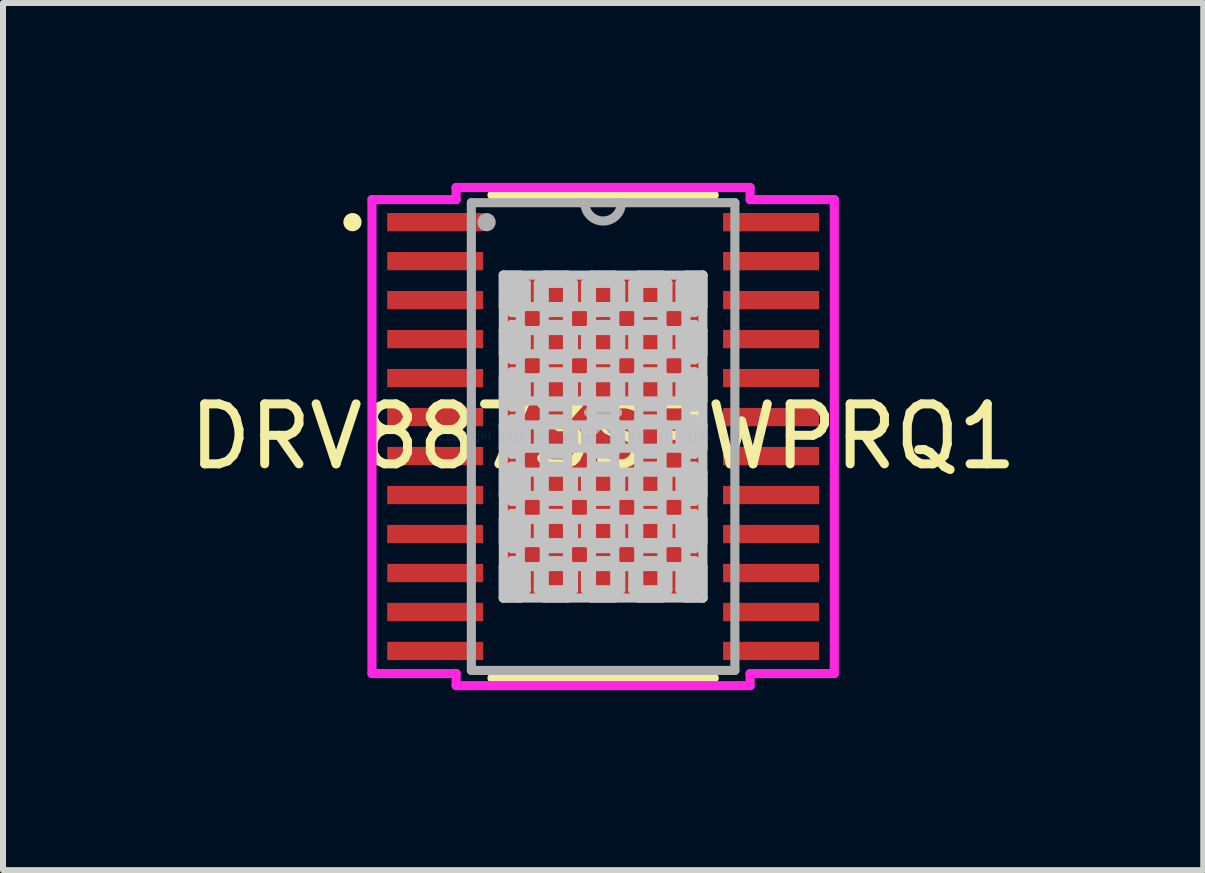
<source format=kicad_pcb>
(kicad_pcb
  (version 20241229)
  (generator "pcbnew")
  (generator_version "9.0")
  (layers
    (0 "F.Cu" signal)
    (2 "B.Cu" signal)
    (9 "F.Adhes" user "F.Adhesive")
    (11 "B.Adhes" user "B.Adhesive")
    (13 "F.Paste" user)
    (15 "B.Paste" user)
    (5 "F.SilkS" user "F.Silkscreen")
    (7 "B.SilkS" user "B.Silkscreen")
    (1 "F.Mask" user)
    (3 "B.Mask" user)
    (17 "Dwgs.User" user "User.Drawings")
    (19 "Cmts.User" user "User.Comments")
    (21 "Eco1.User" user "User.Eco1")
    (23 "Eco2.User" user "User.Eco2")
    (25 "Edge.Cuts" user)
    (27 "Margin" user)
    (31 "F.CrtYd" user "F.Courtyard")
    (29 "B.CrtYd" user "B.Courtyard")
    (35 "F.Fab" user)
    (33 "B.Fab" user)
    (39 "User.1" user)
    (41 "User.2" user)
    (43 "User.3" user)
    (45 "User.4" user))
  (footprint "DRV8873SPWPRQ1"
    (layer "F.Cu")
    (at 7.006 4.229)
    (property "Reference" "DRV8873SPWPRQ1" (at 0 0 0) (layer "F.SilkS") (effects (font (size 1 1) (thickness 0.15))))
    (attr through_hole)
    (fp_line (start -1.853 4.026) (end 1.853 4.026) (stroke (width 0.152) (type solid)) (layer "F.SilkS"))
    (fp_line (start 1.853 -4.026) (end -1.853 -4.026) (stroke (width 0.152) (type solid)) (layer "F.SilkS"))
    (fp_circle (center -4.179 -3.575) (end -4.103 -3.575) (stroke (width 0.152) (type solid)) (fill no) (layer "F.SilkS"))
    (fp_line (start -1.664 -2.692) (end -1.381 -2.692) (stroke (width 0.152) (type solid)) (layer "Dwgs.User"))
    (fp_line (start -1.664 -2.692) (end 1.664 -2.692) (stroke (width 0.152) (type solid)) (layer "Dwgs.User"))
    (fp_line (start -1.664 -2.168) (end -1.664 -2.692) (stroke (width 0.152) (type solid)) (layer "Dwgs.User"))
    (fp_line (start -1.664 -1.768) (end 1.664 -1.768) (stroke (width 0.152) (type solid)) (layer "Dwgs.User"))
    (fp_line (start -1.664 -1.381) (end -1.664 -1.768) (stroke (width 0.152) (type solid)) (layer "Dwgs.User"))
    (fp_line (start -1.664 -0.981) (end 1.664 -0.981) (stroke (width 0.152) (type solid)) (layer "Dwgs.User"))
    (fp_line (start -1.664 -0.594) (end -1.664 -0.981) (stroke (width 0.152) (type solid)) (layer "Dwgs.User"))
    (fp_line (start -1.664 -0.194) (end 1.664 -0.194) (stroke (width 0.152) (type solid)) (layer "Dwgs.User"))
    (fp_line (start -1.664 0.194) (end -1.664 -0.194) (stroke (width 0.152) (type solid)) (layer "Dwgs.User"))
    (fp_line (start -1.664 0.594) (end 1.664 0.594) (stroke (width 0.152) (type solid)) (layer "Dwgs.User"))
    (fp_line (start -1.664 0.981) (end -1.664 0.594) (stroke (width 0.152) (type solid)) (layer "Dwgs.User"))
    (fp_line (start -1.664 1.381) (end 1.664 1.381) (stroke (width 0.152) (type solid)) (layer "Dwgs.User"))
    (fp_line (start -1.664 1.768) (end -1.664 1.381) (stroke (width 0.152) (type solid)) (layer "Dwgs.User"))
    (fp_line (start -1.664 2.168) (end 1.664 2.168) (stroke (width 0.152) (type solid)) (layer "Dwgs.User"))
    (fp_line (start -1.664 2.692) (end -1.664 -2.692) (stroke (width 0.152) (type solid)) (layer "Dwgs.User"))
    (fp_line (start -1.664 2.692) (end -1.664 2.168) (stroke (width 0.152) (type solid)) (layer "Dwgs.User"))
    (fp_line (start -1.525 -2.554) (end -1.525 -2.068) (stroke (width 0.152) (type solid)) (layer "Dwgs.User"))
    (fp_line (start -1.525 -2.068) (end -1.423 -2.068) (stroke (width 0.152) (type solid)) (layer "Dwgs.User"))
    (fp_line (start -1.525 -1.869) (end -1.525 -1.281) (stroke (width 0.152) (type solid)) (layer "Dwgs.User"))
    (fp_line (start -1.525 -1.281) (end -1.423 -1.281) (stroke (width 0.152) (type solid)) (layer "Dwgs.User"))
    (fp_line (start -1.525 -1.081) (end -1.525 -0.494) (stroke (width 0.152) (type solid)) (layer "Dwgs.User"))
    (fp_line (start -1.525 -0.494) (end -1.423 -0.494) (stroke (width 0.152) (type solid)) (layer "Dwgs.User"))
    (fp_line (start -1.525 -0.294) (end -1.525 0.294) (stroke (width 0.152) (type solid)) (layer "Dwgs.User"))
    (fp_line (start -1.525 0.294) (end -1.423 0.294) (stroke (width 0.152) (type solid)) (layer "Dwgs.User"))
    (fp_line (start -1.525 0.494) (end -1.525 1.081) (stroke (width 0.152) (type solid)) (layer "Dwgs.User"))
    (fp_line (start -1.525 1.081) (end -1.423 1.081) (stroke (width 0.152) (type solid)) (layer "Dwgs.User"))
    (fp_line (start -1.525 1.281) (end -1.525 1.869) (stroke (width 0.152) (type solid)) (layer "Dwgs.User"))
    (fp_line (start -1.525 1.869) (end -1.423 1.869) (stroke (width 0.152) (type solid)) (layer "Dwgs.User"))
    (fp_line (start -1.525 2.068) (end -1.525 2.554) (stroke (width 0.152) (type solid)) (layer "Dwgs.User"))
    (fp_line (start -1.525 2.554) (end -1.281 2.554) (stroke (width 0.152) (type solid)) (layer "Dwgs.User"))
    (fp_line (start -1.423 -2.068) (end -1.423 -2.068) (stroke (width 0.152) (type solid)) (layer "Dwgs.User"))
    (fp_line (start -1.423 -2.068) (end -1.281 -2.21) (stroke (width 0.152) (type solid)) (layer "Dwgs.User"))
    (fp_line (start -1.423 -1.869) (end -1.525 -1.869) (stroke (width 0.152) (type solid)) (layer "Dwgs.User"))
    (fp_line (start -1.423 -1.869) (end -1.423 -1.869) (stroke (width 0.152) (type solid)) (layer "Dwgs.User"))
    (fp_line (start -1.423 -1.281) (end -1.423 -1.281) (stroke (width 0.152) (type solid)) (layer "Dwgs.User"))
    (fp_line (start -1.423 -1.281) (end -1.281 -1.423) (stroke (width 0.152) (type solid)) (layer "Dwgs.User"))
    (fp_line (start -1.423 -1.081) (end -1.525 -1.081) (stroke (width 0.152) (type solid)) (layer "Dwgs.User"))
    (fp_line (start -1.423 -1.081) (end -1.423 -1.081) (stroke (width 0.152) (type solid)) (layer "Dwgs.User"))
    (fp_line (start -1.423 -0.494) (end -1.423 -0.494) (stroke (width 0.152) (type solid)) (layer "Dwgs.User"))
    (fp_line (start -1.423 -0.494) (end -1.281 -0.635) (stroke (width 0.152) (type solid)) (layer "Dwgs.User"))
    (fp_line (start -1.423 -0.294) (end -1.525 -0.294) (stroke (width 0.152) (type solid)) (layer "Dwgs.User"))
    (fp_line (start -1.423 -0.294) (end -1.423 -0.294) (stroke (width 0.152) (type solid)) (layer "Dwgs.User"))
    (fp_line (start -1.423 0.294) (end -1.423 0.294) (stroke (width 0.152) (type solid)) (layer "Dwgs.User"))
    (fp_line (start -1.423 0.294) (end -1.281 0.152) (stroke (width 0.152) (type solid)) (layer "Dwgs.User"))
    (fp_line (start -1.423 0.494) (end -1.525 0.494) (stroke (width 0.152) (type solid)) (layer "Dwgs.User"))
    (fp_line (start -1.423 0.494) (end -1.423 0.494) (stroke (width 0.152) (type solid)) (layer "Dwgs.User"))
    (fp_line (start -1.423 1.081) (end -1.423 1.081) (stroke (width 0.152) (type solid)) (layer "Dwgs.User"))
    (fp_line (start -1.423 1.081) (end -1.281 0.94) (stroke (width 0.152) (type solid)) (layer "Dwgs.User"))
    (fp_line (start -1.423 1.281) (end -1.525 1.281) (stroke (width 0.152) (type solid)) (layer "Dwgs.User"))
    (fp_line (start -1.423 1.281) (end -1.423 1.281) (stroke (width 0.152) (type solid)) (layer "Dwgs.User"))
    (fp_line (start -1.423 1.869) (end -1.423 1.869) (stroke (width 0.152) (type solid)) (layer "Dwgs.User"))
    (fp_line (start -1.423 1.869) (end -1.281 1.727) (stroke (width 0.152) (type solid)) (layer "Dwgs.User"))
    (fp_line (start -1.423 2.068) (end -1.525 2.068) (stroke (width 0.152) (type solid)) (layer "Dwgs.User"))
    (fp_line (start -1.423 2.068) (end -1.423 2.068) (stroke (width 0.152) (type solid)) (layer "Dwgs.User"))
    (fp_line (start -1.381 -2.692) (end -1.381 2.692) (stroke (width 0.152) (type solid)) (layer "Dwgs.User"))
    (fp_line (start -1.381 2.692) (end -1.664 2.692) (stroke (width 0.152) (type solid)) (layer "Dwgs.User"))
    (fp_line (start -1.281 -2.554) (end -1.525 -2.554) (stroke (width 0.152) (type solid)) (layer "Dwgs.User"))
    (fp_line (start -1.281 -2.21) (end -1.281 -2.554) (stroke (width 0.152) (type solid)) (layer "Dwgs.User"))
    (fp_line (start -1.281 -2.21) (end -1.281 -2.21) (stroke (width 0.152) (type solid)) (layer "Dwgs.User"))
    (fp_line (start -1.281 -1.727) (end -1.423 -1.869) (stroke (width 0.152) (type solid)) (layer "Dwgs.User"))
    (fp_line (start -1.281 -1.727) (end -1.281 -1.727) (stroke (width 0.152) (type solid)) (layer "Dwgs.User"))
    (fp_line (start -1.281 -1.423) (end -1.281 -1.727) (stroke (width 0.152) (type solid)) (layer "Dwgs.User"))
    (fp_line (start -1.281 -1.423) (end -1.281 -1.423) (stroke (width 0.152) (type solid)) (layer "Dwgs.User"))
    (fp_line (start -1.281 -0.94) (end -1.423 -1.081) (stroke (width 0.152) (type solid)) (layer "Dwgs.User"))
    (fp_line (start -1.281 -0.94) (end -1.281 -0.94) (stroke (width 0.152) (type solid)) (layer "Dwgs.User"))
    (fp_line (start -1.281 -0.635) (end -1.281 -0.94) (stroke (width 0.152) (type solid)) (layer "Dwgs.User"))
    (fp_line (start -1.281 -0.635) (end -1.281 -0.635) (stroke (width 0.152) (type solid)) (layer "Dwgs.User"))
    (fp_line (start -1.281 -0.152) (end -1.423 -0.294) (stroke (width 0.152) (type solid)) (layer "Dwgs.User"))
    (fp_line (start -1.281 -0.152) (end -1.281 -0.152) (stroke (width 0.152) (type solid)) (layer "Dwgs.User"))
    (fp_line (start -1.281 0.152) (end -1.281 -0.152) (stroke (width 0.152) (type solid)) (layer "Dwgs.User"))
    (fp_line (start -1.281 0.152) (end -1.281 0.152) (stroke (width 0.152) (type solid)) (layer "Dwgs.User"))
    (fp_line (start -1.281 0.635) (end -1.423 0.494) (stroke (width 0.152) (type solid)) (layer "Dwgs.User"))
    (fp_line (start -1.281 0.635) (end -1.281 0.635) (stroke (width 0.152) (type solid)) (layer "Dwgs.User"))
    (fp_line (start -1.281 0.94) (end -1.281 0.635) (stroke (width 0.152) (type solid)) (layer "Dwgs.User"))
    (fp_line (start -1.281 0.94) (end -1.281 0.94) (stroke (width 0.152) (type solid)) (layer "Dwgs.User"))
    (fp_line (start -1.281 1.423) (end -1.423 1.281) (stroke (width 0.152) (type solid)) (layer "Dwgs.User"))
    (fp_line (start -1.281 1.423) (end -1.281 1.423) (stroke (width 0.152) (type solid)) (layer "Dwgs.User"))
    (fp_line (start -1.281 1.727) (end -1.281 1.423) (stroke (width 0.152) (type solid)) (layer "Dwgs.User"))
    (fp_line (start -1.281 1.727) (end -1.281 1.727) (stroke (width 0.152) (type solid)) (layer "Dwgs.User"))
    (fp_line (start -1.281 2.21) (end -1.423 2.068) (stroke (width 0.152) (type solid)) (layer "Dwgs.User"))
    (fp_line (start -1.281 2.21) (end -1.281 2.21) (stroke (width 0.152) (type solid)) (layer "Dwgs.User"))
    (fp_line (start -1.281 2.554) (end -1.281 2.21) (stroke (width 0.152) (type solid)) (layer "Dwgs.User"))
    (fp_line (start -1.081 -2.554) (end -1.081 -2.21) (stroke (width 0.152) (type solid)) (layer "Dwgs.User"))
    (fp_line (start -1.081 -2.21) (end -1.081 -2.21) (stroke (width 0.152) (type solid)) (layer "Dwgs.User"))
    (fp_line (start -1.081 -2.21) (end -0.94 -2.068) (stroke (width 0.152) (type solid)) (layer "Dwgs.User"))
    (fp_line (start -1.081 -1.727) (end -1.081 -1.727) (stroke (width 0.152) (type solid)) (layer "Dwgs.User"))
    (fp_line (start -1.081 -1.727) (end -1.081 -1.423) (stroke (width 0.152) (type solid)) (layer "Dwgs.User"))
    (fp_line (start -1.081 -1.423) (end -1.081 -1.423) (stroke (width 0.152) (type solid)) (layer "Dwgs.User"))
    (fp_line (start -1.081 -1.423) (end -0.94 -1.281) (stroke (width 0.152) (type solid)) (layer "Dwgs.User"))
    (fp_line (start -1.081 -0.94) (end -1.081 -0.94) (stroke (width 0.152) (type solid)) (layer "Dwgs.User"))
    (fp_line (start -1.081 -0.94) (end -1.081 -0.635) (stroke (width 0.152) (type solid)) (layer "Dwgs.User"))
    (fp_line (start -1.081 -0.635) (end -1.081 -0.635) (stroke (width 0.152) (type solid)) (layer "Dwgs.User"))
    (fp_line (start -1.081 -0.635) (end -0.94 -0.494) (stroke (width 0.152) (type solid)) (layer "Dwgs.User"))
    (fp_line (start -1.081 -0.152) (end -1.081 -0.152) (stroke (width 0.152) (type solid)) (layer "Dwgs.User"))
    (fp_line (start -1.081 -0.152) (end -1.081 0.152) (stroke (width 0.152) (type solid)) (layer "Dwgs.User"))
    (fp_line (start -1.081 0.152) (end -1.081 0.152) (stroke (width 0.152) (type solid)) (layer "Dwgs.User"))
    (fp_line (start -1.081 0.152) (end -0.94 0.294) (stroke (width 0.152) (type solid)) (layer "Dwgs.User"))
    (fp_line (start -1.081 0.635) (end -1.081 0.635) (stroke (width 0.152) (type solid)) (layer "Dwgs.User"))
    (fp_line (start -1.081 0.635) (end -1.081 0.94) (stroke (width 0.152) (type solid)) (layer "Dwgs.User"))
    (fp_line (start -1.081 0.94) (end -1.081 0.94) (stroke (width 0.152) (type solid)) (layer "Dwgs.User"))
    (fp_line (start -1.081 0.94) (end -0.94 1.081) (stroke (width 0.152) (type solid)) (layer "Dwgs.User"))
    (fp_line (start -1.081 1.423) (end -1.081 1.423) (stroke (width 0.152) (type solid)) (layer "Dwgs.User"))
    (fp_line (start -1.081 1.423) (end -1.081 1.727) (stroke (width 0.152) (type solid)) (layer "Dwgs.User"))
    (fp_line (start -1.081 1.727) (end -1.081 1.727) (stroke (width 0.152) (type solid)) (layer "Dwgs.User"))
    (fp_line (start -1.081 1.727) (end -0.94 1.869) (stroke (width 0.152) (type solid)) (layer "Dwgs.User"))
    (fp_line (start -1.081 2.21) (end -1.081 2.21) (stroke (width 0.152) (type solid)) (layer "Dwgs.User"))
    (fp_line (start -1.081 2.21) (end -1.081 2.554) (stroke (width 0.152) (type solid)) (layer "Dwgs.User"))
    (fp_line (start -1.081 2.554) (end -0.494 2.554) (stroke (width 0.152) (type solid)) (layer "Dwgs.User"))
    (fp_line (start -0.981 -2.692) (end -0.981 2.692) (stroke (width 0.152) (type solid)) (layer "Dwgs.User"))
    (fp_line (start -0.981 2.692) (end -0.594 2.692) (stroke (width 0.152) (type solid)) (layer "Dwgs.User"))
    (fp_line (start -0.94 -2.068) (end -0.94 -2.068) (stroke (width 0.152) (type solid)) (layer "Dwgs.User"))
    (fp_line (start -0.94 -2.068) (end -0.635 -2.068) (stroke (width 0.152) (type solid)) (layer "Dwgs.User"))
    (fp_line (start -0.94 -1.869) (end -1.081 -1.727) (stroke (width 0.152) (type solid)) (layer "Dwgs.User"))
    (fp_line (start -0.94 -1.869) (end -0.94 -1.869) (stroke (width 0.152) (type solid)) (layer "Dwgs.User"))
    (fp_line (start -0.94 -1.281) (end -0.94 -1.281) (stroke (width 0.152) (type solid)) (layer "Dwgs.User"))
    (fp_line (start -0.94 -1.281) (end -0.635 -1.281) (stroke (width 0.152) (type solid)) (layer "Dwgs.User"))
    (fp_line (start -0.94 -1.081) (end -1.081 -0.94) (stroke (width 0.152) (type solid)) (layer "Dwgs.User"))
    (fp_line (start -0.94 -1.081) (end -0.94 -1.081) (stroke (width 0.152) (type solid)) (layer "Dwgs.User"))
    (fp_line (start -0.94 -0.494) (end -0.94 -0.494) (stroke (width 0.152) (type solid)) (layer "Dwgs.User"))
    (fp_line (start -0.94 -0.494) (end -0.635 -0.494) (stroke (width 0.152) (type solid)) (layer "Dwgs.User"))
    (fp_line (start -0.94 -0.294) (end -1.081 -0.152) (stroke (width 0.152) (type solid)) (layer "Dwgs.User"))
    (fp_line (start -0.94 -0.294) (end -0.94 -0.294) (stroke (width 0.152) (type solid)) (layer "Dwgs.User"))
    (fp_line (start -0.94 0.294) (end -0.94 0.294) (stroke (width 0.152) (type solid)) (layer "Dwgs.User"))
    (fp_line (start -0.94 0.294) (end -0.635 0.294) (stroke (width 0.152) (type solid)) (layer "Dwgs.User"))
    (fp_line (start -0.94 0.494) (end -1.081 0.635) (stroke (width 0.152) (type solid)) (layer "Dwgs.User"))
    (fp_line (start -0.94 0.494) (end -0.94 0.494) (stroke (width 0.152) (type solid)) (layer "Dwgs.User"))
    (fp_line (start -0.94 1.081) (end -0.94 1.081) (stroke (width 0.152) (type solid)) (layer "Dwgs.User"))
    (fp_line (start -0.94 1.081) (end -0.635 1.081) (stroke (width 0.152) (type solid)) (layer "Dwgs.User"))
    (fp_line (start -0.94 1.281) (end -1.081 1.423) (stroke (width 0.152) (type solid)) (layer "Dwgs.User"))
    (fp_line (start -0.94 1.281) (end -0.94 1.281) (stroke (width 0.152) (type solid)) (layer "Dwgs.User"))
    (fp_line (start -0.94 1.869) (end -0.94 1.869) (stroke (width 0.152) (type solid)) (layer "Dwgs.User"))
    (fp_line (start -0.94 1.869) (end -0.635 1.869) (stroke (width 0.152) (type solid)) (layer "Dwgs.User"))
    (fp_line (start -0.94 2.068) (end -1.081 2.21) (stroke (width 0.152) (type solid)) (layer "Dwgs.User"))
    (fp_line (start -0.94 2.068) (end -0.94 2.068) (stroke (width 0.152) (type solid)) (layer "Dwgs.User"))
    (fp_line (start -0.635 -2.068) (end -0.635 -2.068) (stroke (width 0.152) (type solid)) (layer "Dwgs.User"))
    (fp_line (start -0.635 -2.068) (end -0.494 -2.21) (stroke (width 0.152) (type solid)) (layer "Dwgs.User"))
    (fp_line (start -0.635 -1.869) (end -0.94 -1.869) (stroke (width 0.152) (type solid)) (layer "Dwgs.User"))
    (fp_line (start -0.635 -1.869) (end -0.635 -1.869) (stroke (width 0.152) (type solid)) (layer "Dwgs.User"))
    (fp_line (start -0.635 -1.281) (end -0.635 -1.281) (stroke (width 0.152) (type solid)) (layer "Dwgs.User"))
    (fp_line (start -0.635 -1.281) (end -0.494 -1.423) (stroke (width 0.152) (type solid)) (layer "Dwgs.User"))
    (fp_line (start -0.635 -1.081) (end -0.94 -1.081) (stroke (width 0.152) (type solid)) (layer "Dwgs.User"))
    (fp_line (start -0.635 -1.081) (end -0.635 -1.081) (stroke (width 0.152) (type solid)) (layer "Dwgs.User"))
    (fp_line (start -0.635 -0.494) (end -0.635 -0.494) (stroke (width 0.152) (type solid)) (layer "Dwgs.User"))
    (fp_line (start -0.635 -0.494) (end -0.494 -0.635) (stroke (width 0.152) (type solid)) (layer "Dwgs.User"))
    (fp_line (start -0.635 -0.294) (end -0.94 -0.294) (stroke (width 0.152) (type solid)) (layer "Dwgs.User"))
    (fp_line (start -0.635 -0.294) (end -0.635 -0.294) (stroke (width 0.152) (type solid)) (layer "Dwgs.User"))
    (fp_line (start -0.635 0.294) (end -0.635 0.294) (stroke (width 0.152) (type solid)) (layer "Dwgs.User"))
    (fp_line (start -0.635 0.294) (end -0.494 0.152) (stroke (width 0.152) (type solid)) (layer "Dwgs.User"))
    (fp_line (start -0.635 0.494) (end -0.94 0.494) (stroke (width 0.152) (type solid)) (layer "Dwgs.User"))
    (fp_line (start -0.635 0.494) (end -0.635 0.494) (stroke (width 0.152) (type solid)) (layer "Dwgs.User"))
    (fp_line (start -0.635 1.081) (end -0.635 1.081) (stroke (width 0.152) (type solid)) (layer "Dwgs.User"))
    (fp_line (start -0.635 1.081) (end -0.494 0.94) (stroke (width 0.152) (type solid)) (layer "Dwgs.User"))
    (fp_line (start -0.635 1.281) (end -0.94 1.281) (stroke (width 0.152) (type solid)) (layer "Dwgs.User"))
    (fp_line (start -0.635 1.281) (end -0.635 1.281) (stroke (width 0.152) (type solid)) (layer "Dwgs.User"))
    (fp_line (start -0.635 1.869) (end -0.635 1.869) (stroke (width 0.152) (type solid)) (layer "Dwgs.User"))
    (fp_line (start -0.635 1.869) (end -0.494 1.727) (stroke (width 0.152) (type solid)) (layer "Dwgs.User"))
    (fp_line (start -0.635 2.068) (end -0.94 2.068) (stroke (width 0.152) (type solid)) (layer "Dwgs.User"))
    (fp_line (start -0.635 2.068) (end -0.635 2.068) (stroke (width 0.152) (type solid)) (layer "Dwgs.User"))
    (fp_line (start -0.594 -2.692) (end -0.981 -2.692) (stroke (width 0.152) (type solid)) (layer "Dwgs.User"))
    (fp_line (start -0.594 2.692) (end -0.594 -2.692) (stroke (width 0.152) (type solid)) (layer "Dwgs.User"))
    (fp_line (start -0.494 -2.554) (end -1.081 -2.554) (stroke (width 0.152) (type solid)) (layer "Dwgs.User"))
    (fp_line (start -0.494 -2.21) (end -0.494 -2.554) (stroke (width 0.152) (type solid)) (layer "Dwgs.User"))
    (fp_line (start -0.494 -2.21) (end -0.494 -2.21) (stroke (width 0.152) (type solid)) (layer "Dwgs.User"))
    (fp_line (start -0.494 -1.727) (end -0.635 -1.869) (stroke (width 0.152) (type solid)) (layer "Dwgs.User"))
    (fp_line (start -0.494 -1.727) (end -0.494 -1.727) (stroke (width 0.152) (type solid)) (layer "Dwgs.User"))
    (fp_line (start -0.494 -1.423) (end -0.494 -1.727) (stroke (width 0.152) (type solid)) (layer "Dwgs.User"))
    (fp_line (start -0.494 -1.423) (end -0.494 -1.423) (stroke (width 0.152) (type solid)) (layer "Dwgs.User"))
    (fp_line (start -0.494 -0.94) (end -0.635 -1.081) (stroke (width 0.152) (type solid)) (layer "Dwgs.User"))
    (fp_line (start -0.494 -0.94) (end -0.494 -0.94) (stroke (width 0.152) (type solid)) (layer "Dwgs.User"))
    (fp_line (start -0.494 -0.635) (end -0.494 -0.94) (stroke (width 0.152) (type solid)) (layer "Dwgs.User"))
    (fp_line (start -0.494 -0.635) (end -0.494 -0.635) (stroke (width 0.152) (type solid)) (layer "Dwgs.User"))
    (fp_line (start -0.494 -0.152) (end -0.635 -0.294) (stroke (width 0.152) (type solid)) (layer "Dwgs.User"))
    (fp_line (start -0.494 -0.152) (end -0.494 -0.152) (stroke (width 0.152) (type solid)) (layer "Dwgs.User"))
    (fp_line (start -0.494 0.152) (end -0.494 -0.152) (stroke (width 0.152) (type solid)) (layer "Dwgs.User"))
    (fp_line (start -0.494 0.152) (end -0.494 0.152) (stroke (width 0.152) (type solid)) (layer "Dwgs.User"))
    (fp_line (start -0.494 0.635) (end -0.635 0.494) (stroke (width 0.152) (type solid)) (layer "Dwgs.User"))
    (fp_line (start -0.494 0.635) (end -0.494 0.635) (stroke (width 0.152) (type solid)) (layer "Dwgs.User"))
    (fp_line (start -0.494 0.94) (end -0.494 0.635) (stroke (width 0.152) (type solid)) (layer "Dwgs.User"))
    (fp_line (start -0.494 0.94) (end -0.494 0.94) (stroke (width 0.152) (type solid)) (layer "Dwgs.User"))
    (fp_line (start -0.494 1.423) (end -0.635 1.281) (stroke (width 0.152) (type solid)) (layer "Dwgs.User"))
    (fp_line (start -0.494 1.423) (end -0.494 1.423) (stroke (width 0.152) (type solid)) (layer "Dwgs.User"))
    (fp_line (start -0.494 1.727) (end -0.494 1.423) (stroke (width 0.152) (type solid)) (layer "Dwgs.User"))
    (fp_line (start -0.494 1.727) (end -0.494 1.727) (stroke (width 0.152) (type solid)) (layer "Dwgs.User"))
    (fp_line (start -0.494 2.21) (end -0.635 2.068) (stroke (width 0.152) (type solid)) (layer "Dwgs.User"))
    (fp_line (start -0.494 2.21) (end -0.494 2.21) (stroke (width 0.152) (type solid)) (layer "Dwgs.User"))
    (fp_line (start -0.494 2.554) (end -0.494 2.21) (stroke (width 0.152) (type solid)) (layer "Dwgs.User"))
    (fp_line (start -0.294 -2.554) (end -0.294 -2.21) (stroke (width 0.152) (type solid)) (layer "Dwgs.User"))
    (fp_line (start -0.294 -2.21) (end -0.294 -2.21) (stroke (width 0.152) (type solid)) (layer "Dwgs.User"))
    (fp_line (start -0.294 -2.21) (end -0.152 -2.068) (stroke (width 0.152) (type solid)) (layer "Dwgs.User"))
    (fp_line (start -0.294 -1.727) (end -0.294 -1.727) (stroke (width 0.152) (type solid)) (layer "Dwgs.User"))
    (fp_line (start -0.294 -1.727) (end -0.294 -1.423) (stroke (width 0.152) (type solid)) (layer "Dwgs.User"))
    (fp_line (start -0.294 -1.423) (end -0.294 -1.423) (stroke (width 0.152) (type solid)) (layer "Dwgs.User"))
    (fp_line (start -0.294 -1.423) (end -0.152 -1.281) (stroke (width 0.152) (type solid)) (layer "Dwgs.User"))
    (fp_line (start -0.294 -0.94) (end -0.294 -0.94) (stroke (width 0.152) (type solid)) (layer "Dwgs.User"))
    (fp_line (start -0.294 -0.94) (end -0.294 -0.635) (stroke (width 0.152) (type solid)) (layer "Dwgs.User"))
    (fp_line (start -0.294 -0.635) (end -0.294 -0.635) (stroke (width 0.152) (type solid)) (layer "Dwgs.User"))
    (fp_line (start -0.294 -0.635) (end -0.152 -0.494) (stroke (width 0.152) (type solid)) (layer "Dwgs.User"))
    (fp_line (start -0.294 -0.152) (end -0.294 -0.152) (stroke (width 0.152) (type solid)) (layer "Dwgs.User"))
    (fp_line (start -0.294 -0.152) (end -0.294 0.152) (stroke (width 0.152) (type solid)) (layer "Dwgs.User"))
    (fp_line (start -0.294 0.152) (end -0.294 0.152) (stroke (width 0.152) (type solid)) (layer "Dwgs.User"))
    (fp_line (start -0.294 0.152) (end -0.152 0.294) (stroke (width 0.152) (type solid)) (layer "Dwgs.User"))
    (fp_line (start -0.294 0.635) (end -0.294 0.635) (stroke (width 0.152) (type solid)) (layer "Dwgs.User"))
    (fp_line (start -0.294 0.635) (end -0.294 0.94) (stroke (width 0.152) (type solid)) (layer "Dwgs.User"))
    (fp_line (start -0.294 0.94) (end -0.294 0.94) (stroke (width 0.152) (type solid)) (layer "Dwgs.User"))
    (fp_line (start -0.294 0.94) (end -0.152 1.081) (stroke (width 0.152) (type solid)) (layer "Dwgs.User"))
    (fp_line (start -0.294 1.423) (end -0.294 1.423) (stroke (width 0.152) (type solid)) (layer "Dwgs.User"))
    (fp_line (start -0.294 1.423) (end -0.294 1.727) (stroke (width 0.152) (type solid)) (layer "Dwgs.User"))
    (fp_line (start -0.294 1.727) (end -0.294 1.727) (stroke (width 0.152) (type solid)) (layer "Dwgs.User"))
    (fp_line (start -0.294 1.727) (end -0.152 1.869) (stroke (width 0.152) (type solid)) (layer "Dwgs.User"))
    (fp_line (start -0.294 2.21) (end -0.294 2.21) (stroke (width 0.152) (type solid)) (layer "Dwgs.User"))
    (fp_line (start -0.294 2.21) (end -0.294 2.554) (stroke (width 0.152) (type solid)) (layer "Dwgs.User"))
    (fp_line (start -0.294 2.554) (end 0.294 2.554) (stroke (width 0.152) (type solid)) (layer "Dwgs.User"))
    (fp_line (start -0.194 -2.692) (end -0.194 2.692) (stroke (width 0.152) (type solid)) (layer "Dwgs.User"))
    (fp_line (start -0.194 2.692) (end 0.194 2.692) (stroke (width 0.152) (type solid)) (layer "Dwgs.User"))
    (fp_line (start -0.152 -2.068) (end -0.152 -2.068) (stroke (width 0.152) (type solid)) (layer "Dwgs.User"))
    (fp_line (start -0.152 -2.068) (end 0.152 -2.068) (stroke (width 0.152) (type solid)) (layer "Dwgs.User"))
    (fp_line (start -0.152 -1.869) (end -0.294 -1.727) (stroke (width 0.152) (type solid)) (layer "Dwgs.User"))
    (fp_line (start -0.152 -1.869) (end -0.152 -1.869) (stroke (width 0.152) (type solid)) (layer "Dwgs.User"))
    (fp_line (start -0.152 -1.281) (end -0.152 -1.281) (stroke (width 0.152) (type solid)) (layer "Dwgs.User"))
    (fp_line (start -0.152 -1.281) (end 0.152 -1.281) (stroke (width 0.152) (type solid)) (layer "Dwgs.User"))
    (fp_line (start -0.152 -1.081) (end -0.294 -0.94) (stroke (width 0.152) (type solid)) (layer "Dwgs.User"))
    (fp_line (start -0.152 -1.081) (end -0.152 -1.081) (stroke (width 0.152) (type solid)) (layer "Dwgs.User"))
    (fp_line (start -0.152 -0.494) (end -0.152 -0.494) (stroke (width 0.152) (type solid)) (layer "Dwgs.User"))
    (fp_line (start -0.152 -0.494) (end 0.152 -0.494) (stroke (width 0.152) (type solid)) (layer "Dwgs.User"))
    (fp_line (start -0.152 -0.294) (end -0.294 -0.152) (stroke (width 0.152) (type solid)) (layer "Dwgs.User"))
    (fp_line (start -0.152 -0.294) (end -0.152 -0.294) (stroke (width 0.152) (type solid)) (layer "Dwgs.User"))
    (fp_line (start -0.152 0.294) (end -0.152 0.294) (stroke (width 0.152) (type solid)) (layer "Dwgs.User"))
    (fp_line (start -0.152 0.294) (end 0.152 0.294) (stroke (width 0.152) (type solid)) (layer "Dwgs.User"))
    (fp_line (start -0.152 0.494) (end -0.294 0.635) (stroke (width 0.152) (type solid)) (layer "Dwgs.User"))
    (fp_line (start -0.152 0.494) (end -0.152 0.494) (stroke (width 0.152) (type solid)) (layer "Dwgs.User"))
    (fp_line (start -0.152 1.081) (end -0.152 1.081) (stroke (width 0.152) (type solid)) (layer "Dwgs.User"))
    (fp_line (start -0.152 1.081) (end 0.152 1.081) (stroke (width 0.152) (type solid)) (layer "Dwgs.User"))
    (fp_line (start -0.152 1.281) (end -0.294 1.423) (stroke (width 0.152) (type solid)) (layer "Dwgs.User"))
    (fp_line (start -0.152 1.281) (end -0.152 1.281) (stroke (width 0.152) (type solid)) (layer "Dwgs.User"))
    (fp_line (start -0.152 1.869) (end -0.152 1.869) (stroke (width 0.152) (type solid)) (layer "Dwgs.User"))
    (fp_line (start -0.152 1.869) (end 0.152 1.869) (stroke (width 0.152) (type solid)) (layer "Dwgs.User"))
    (fp_line (start -0.152 2.068) (end -0.294 2.21) (stroke (width 0.152) (type solid)) (layer "Dwgs.User"))
    (fp_line (start -0.152 2.068) (end -0.152 2.068) (stroke (width 0.152) (type solid)) (layer "Dwgs.User"))
    (fp_line (start 0.152 -2.068) (end 0.152 -2.068) (stroke (width 0.152) (type solid)) (layer "Dwgs.User"))
    (fp_line (start 0.152 -2.068) (end 0.294 -2.21) (stroke (width 0.152) (type solid)) (layer "Dwgs.User"))
    (fp_line (start 0.152 -1.869) (end -0.152 -1.869) (stroke (width 0.152) (type solid)) (layer "Dwgs.User"))
    (fp_line (start 0.152 -1.869) (end 0.152 -1.869) (stroke (width 0.152) (type solid)) (layer "Dwgs.User"))
    (fp_line (start 0.152 -1.281) (end 0.152 -1.281) (stroke (width 0.152) (type solid)) (layer "Dwgs.User"))
    (fp_line (start 0.152 -1.281) (end 0.294 -1.423) (stroke (width 0.152) (type solid)) (layer "Dwgs.User"))
    (fp_line (start 0.152 -1.081) (end -0.152 -1.081) (stroke (width 0.152) (type solid)) (layer "Dwgs.User"))
    (fp_line (start 0.152 -1.081) (end 0.152 -1.081) (stroke (width 0.152) (type solid)) (layer "Dwgs.User"))
    (fp_line (start 0.152 -0.494) (end 0.152 -0.494) (stroke (width 0.152) (type solid)) (layer "Dwgs.User"))
    (fp_line (start 0.152 -0.494) (end 0.294 -0.635) (stroke (width 0.152) (type solid)) (layer "Dwgs.User"))
    (fp_line (start 0.152 -0.294) (end -0.152 -0.294) (stroke (width 0.152) (type solid)) (layer "Dwgs.User"))
    (fp_line (start 0.152 -0.294) (end 0.152 -0.294) (stroke (width 0.152) (type solid)) (layer "Dwgs.User"))
    (fp_line (start 0.152 0.294) (end 0.152 0.294) (stroke (width 0.152) (type solid)) (layer "Dwgs.User"))
    (fp_line (start 0.152 0.294) (end 0.294 0.152) (stroke (width 0.152) (type solid)) (layer "Dwgs.User"))
    (fp_line (start 0.152 0.494) (end -0.152 0.494) (stroke (width 0.152) (type solid)) (layer "Dwgs.User"))
    (fp_line (start 0.152 0.494) (end 0.152 0.494) (stroke (width 0.152) (type solid)) (layer "Dwgs.User"))
    (fp_line (start 0.152 1.081) (end 0.152 1.081) (stroke (width 0.152) (type solid)) (layer "Dwgs.User"))
    (fp_line (start 0.152 1.081) (end 0.294 0.94) (stroke (width 0.152) (type solid)) (layer "Dwgs.User"))
    (fp_line (start 0.152 1.281) (end -0.152 1.281) (stroke (width 0.152) (type solid)) (layer "Dwgs.User"))
    (fp_line (start 0.152 1.281) (end 0.152 1.281) (stroke (width 0.152) (type solid)) (layer "Dwgs.User"))
    (fp_line (start 0.152 1.869) (end 0.152 1.869) (stroke (width 0.152) (type solid)) (layer "Dwgs.User"))
    (fp_line (start 0.152 1.869) (end 0.294 1.727) (stroke (width 0.152) (type solid)) (layer "Dwgs.User"))
    (fp_line (start 0.152 2.068) (end -0.152 2.068) (stroke (width 0.152) (type solid)) (layer "Dwgs.User"))
    (fp_line (start 0.152 2.068) (end 0.152 2.068) (stroke (width 0.152) (type solid)) (layer "Dwgs.User"))
    (fp_line (start 0.194 -2.692) (end -0.194 -2.692) (stroke (width 0.152) (type solid)) (layer "Dwgs.User"))
    (fp_line (start 0.194 2.692) (end 0.194 -2.692) (stroke (width 0.152) (type solid)) (layer "Dwgs.User"))
    (fp_line (start 0.294 -2.554) (end -0.294 -2.554) (stroke (width 0.152) (type solid)) (layer "Dwgs.User"))
    (fp_line (start 0.294 -2.21) (end 0.294 -2.554) (stroke (width 0.152) (type solid)) (layer "Dwgs.User"))
    (fp_line (start 0.294 -2.21) (end 0.294 -2.21) (stroke (width 0.152) (type solid)) (layer "Dwgs.User"))
    (fp_line (start 0.294 -1.727) (end 0.152 -1.869) (stroke (width 0.152) (type solid)) (layer "Dwgs.User"))
    (fp_line (start 0.294 -1.727) (end 0.294 -1.727) (stroke (width 0.152) (type solid)) (layer "Dwgs.User"))
    (fp_line (start 0.294 -1.423) (end 0.294 -1.727) (stroke (width 0.152) (type solid)) (layer "Dwgs.User"))
    (fp_line (start 0.294 -1.423) (end 0.294 -1.423) (stroke (width 0.152) (type solid)) (layer "Dwgs.User"))
    (fp_line (start 0.294 -0.94) (end 0.152 -1.081) (stroke (width 0.152) (type solid)) (layer "Dwgs.User"))
    (fp_line (start 0.294 -0.94) (end 0.294 -0.94) (stroke (width 0.152) (type solid)) (layer "Dwgs.User"))
    (fp_line (start 0.294 -0.635) (end 0.294 -0.94) (stroke (width 0.152) (type solid)) (layer "Dwgs.User"))
    (fp_line (start 0.294 -0.635) (end 0.294 -0.635) (stroke (width 0.152) (type solid)) (layer "Dwgs.User"))
    (fp_line (start 0.294 -0.152) (end 0.152 -0.294) (stroke (width 0.152) (type solid)) (layer "Dwgs.User"))
    (fp_line (start 0.294 -0.152) (end 0.294 -0.152) (stroke (width 0.152) (type solid)) (layer "Dwgs.User"))
    (fp_line (start 0.294 0.152) (end 0.294 -0.152) (stroke (width 0.152) (type solid)) (layer "Dwgs.User"))
    (fp_line (start 0.294 0.152) (end 0.294 0.152) (stroke (width 0.152) (type solid)) (layer "Dwgs.User"))
    (fp_line (start 0.294 0.635) (end 0.152 0.494) (stroke (width 0.152) (type solid)) (layer "Dwgs.User"))
    (fp_line (start 0.294 0.635) (end 0.294 0.635) (stroke (width 0.152) (type solid)) (layer "Dwgs.User"))
    (fp_line (start 0.294 0.94) (end 0.294 0.635) (stroke (width 0.152) (type solid)) (layer "Dwgs.User"))
    (fp_line (start 0.294 0.94) (end 0.294 0.94) (stroke (width 0.152) (type solid)) (layer "Dwgs.User"))
    (fp_line (start 0.294 1.423) (end 0.152 1.281) (stroke (width 0.152) (type solid)) (layer "Dwgs.User"))
    (fp_line (start 0.294 1.423) (end 0.294 1.423) (stroke (width 0.152) (type solid)) (layer "Dwgs.User"))
    (fp_line (start 0.294 1.727) (end 0.294 1.423) (stroke (width 0.152) (type solid)) (layer "Dwgs.User"))
    (fp_line (start 0.294 1.727) (end 0.294 1.727) (stroke (width 0.152) (type solid)) (layer "Dwgs.User"))
    (fp_line (start 0.294 2.21) (end 0.152 2.068) (stroke (width 0.152) (type solid)) (layer "Dwgs.User"))
    (fp_line (start 0.294 2.21) (end 0.294 2.21) (stroke (width 0.152) (type solid)) (layer "Dwgs.User"))
    (fp_line (start 0.294 2.554) (end 0.294 2.21) (stroke (width 0.152) (type solid)) (layer "Dwgs.User"))
    (fp_line (start 0.494 -2.554) (end 0.494 -2.21) (stroke (width 0.152) (type solid)) (layer "Dwgs.User"))
    (fp_line (start 0.494 -2.21) (end 0.494 -2.21) (stroke (width 0.152) (type solid)) (layer "Dwgs.User"))
    (fp_line (start 0.494 -2.21) (end 0.635 -2.068) (stroke (width 0.152) (type solid)) (layer "Dwgs.User"))
    (fp_line (start 0.494 -1.727) (end 0.494 -1.727) (stroke (width 0.152) (type solid)) (layer "Dwgs.User"))
    (fp_line (start 0.494 -1.727) (end 0.494 -1.423) (stroke (width 0.152) (type solid)) (layer "Dwgs.User"))
    (fp_line (start 0.494 -1.423) (end 0.494 -1.423) (stroke (width 0.152) (type solid)) (layer "Dwgs.User"))
    (fp_line (start 0.494 -1.423) (end 0.635 -1.281) (stroke (width 0.152) (type solid)) (layer "Dwgs.User"))
    (fp_line (start 0.494 -0.94) (end 0.494 -0.94) (stroke (width 0.152) (type solid)) (layer "Dwgs.User"))
    (fp_line (start 0.494 -0.94) (end 0.494 -0.635) (stroke (width 0.152) (type solid)) (layer "Dwgs.User"))
    (fp_line (start 0.494 -0.635) (end 0.494 -0.635) (stroke (width 0.152) (type solid)) (layer "Dwgs.User"))
    (fp_line (start 0.494 -0.635) (end 0.635 -0.494) (stroke (width 0.152) (type solid)) (layer "Dwgs.User"))
    (fp_line (start 0.494 -0.152) (end 0.494 -0.152) (stroke (width 0.152) (type solid)) (layer "Dwgs.User"))
    (fp_line (start 0.494 -0.152) (end 0.494 0.152) (stroke (width 0.152) (type solid)) (layer "Dwgs.User"))
    (fp_line (start 0.494 0.152) (end 0.494 0.152) (stroke (width 0.152) (type solid)) (layer "Dwgs.User"))
    (fp_line (start 0.494 0.152) (end 0.635 0.294) (stroke (width 0.152) (type solid)) (layer "Dwgs.User"))
    (fp_line (start 0.494 0.635) (end 0.494 0.635) (stroke (width 0.152) (type solid)) (layer "Dwgs.User"))
    (fp_line (start 0.494 0.635) (end 0.494 0.94) (stroke (width 0.152) (type solid)) (layer "Dwgs.User"))
    (fp_line (start 0.494 0.94) (end 0.494 0.94) (stroke (width 0.152) (type solid)) (layer "Dwgs.User"))
    (fp_line (start 0.494 0.94) (end 0.635 1.081) (stroke (width 0.152) (type solid)) (layer "Dwgs.User"))
    (fp_line (start 0.494 1.423) (end 0.494 1.423) (stroke (width 0.152) (type solid)) (layer "Dwgs.User"))
    (fp_line (start 0.494 1.423) (end 0.494 1.727) (stroke (width 0.152) (type solid)) (layer "Dwgs.User"))
    (fp_line (start 0.494 1.727) (end 0.494 1.727) (stroke (width 0.152) (type solid)) (layer "Dwgs.User"))
    (fp_line (start 0.494 1.727) (end 0.635 1.869) (stroke (width 0.152) (type solid)) (layer "Dwgs.User"))
    (fp_line (start 0.494 2.21) (end 0.494 2.21) (stroke (width 0.152) (type solid)) (layer "Dwgs.User"))
    (fp_line (start 0.494 2.21) (end 0.494 2.554) (stroke (width 0.152) (type solid)) (layer "Dwgs.User"))
    (fp_line (start 0.494 2.554) (end 1.081 2.554) (stroke (width 0.152) (type solid)) (layer "Dwgs.User"))
    (fp_line (start 0.594 -2.692) (end 0.594 2.692) (stroke (width 0.152) (type solid)) (layer "Dwgs.User"))
    (fp_line (start 0.594 2.692) (end 0.981 2.692) (stroke (width 0.152) (type solid)) (layer "Dwgs.User"))
    (fp_line (start 0.635 -2.068) (end 0.635 -2.068) (stroke (width 0.152) (type solid)) (layer "Dwgs.User"))
    (fp_line (start 0.635 -2.068) (end 0.94 -2.068) (stroke (width 0.152) (type solid)) (layer "Dwgs.User"))
    (fp_line (start 0.635 -1.869) (end 0.494 -1.727) (stroke (width 0.152) (type solid)) (layer "Dwgs.User"))
    (fp_line (start 0.635 -1.869) (end 0.635 -1.869) (stroke (width 0.152) (type solid)) (layer "Dwgs.User"))
    (fp_line (start 0.635 -1.281) (end 0.635 -1.281) (stroke (width 0.152) (type solid)) (layer "Dwgs.User"))
    (fp_line (start 0.635 -1.281) (end 0.94 -1.281) (stroke (width 0.152) (type solid)) (layer "Dwgs.User"))
    (fp_line (start 0.635 -1.081) (end 0.494 -0.94) (stroke (width 0.152) (type solid)) (layer "Dwgs.User"))
    (fp_line (start 0.635 -1.081) (end 0.635 -1.081) (stroke (width 0.152) (type solid)) (layer "Dwgs.User"))
    (fp_line (start 0.635 -0.494) (end 0.635 -0.494) (stroke (width 0.152) (type solid)) (layer "Dwgs.User"))
    (fp_line (start 0.635 -0.494) (end 0.94 -0.494) (stroke (width 0.152) (type solid)) (layer "Dwgs.User"))
    (fp_line (start 0.635 -0.294) (end 0.494 -0.152) (stroke (width 0.152) (type solid)) (layer "Dwgs.User"))
    (fp_line (start 0.635 -0.294) (end 0.635 -0.294) (stroke (width 0.152) (type solid)) (layer "Dwgs.User"))
    (fp_line (start 0.635 0.294) (end 0.635 0.294) (stroke (width 0.152) (type solid)) (layer "Dwgs.User"))
    (fp_line (start 0.635 0.294) (end 0.94 0.294) (stroke (width 0.152) (type solid)) (layer "Dwgs.User"))
    (fp_line (start 0.635 0.494) (end 0.494 0.635) (stroke (width 0.152) (type solid)) (layer "Dwgs.User"))
    (fp_line (start 0.635 0.494) (end 0.635 0.494) (stroke (width 0.152) (type solid)) (layer "Dwgs.User"))
    (fp_line (start 0.635 1.081) (end 0.635 1.081) (stroke (width 0.152) (type solid)) (layer "Dwgs.User"))
    (fp_line (start 0.635 1.081) (end 0.94 1.081) (stroke (width 0.152) (type solid)) (layer "Dwgs.User"))
    (fp_line (start 0.635 1.281) (end 0.494 1.423) (stroke (width 0.152) (type solid)) (layer "Dwgs.User"))
    (fp_line (start 0.635 1.281) (end 0.635 1.281) (stroke (width 0.152) (type solid)) (layer "Dwgs.User"))
    (fp_line (start 0.635 1.869) (end 0.635 1.869) (stroke (width 0.152) (type solid)) (layer "Dwgs.User"))
    (fp_line (start 0.635 1.869) (end 0.94 1.869) (stroke (width 0.152) (type solid)) (layer "Dwgs.User"))
    (fp_line (start 0.635 2.068) (end 0.494 2.21) (stroke (width 0.152) (type solid)) (layer "Dwgs.User"))
    (fp_line (start 0.635 2.068) (end 0.635 2.068) (stroke (width 0.152) (type solid)) (layer "Dwgs.User"))
    (fp_line (start 0.94 -2.068) (end 0.94 -2.068) (stroke (width 0.152) (type solid)) (layer "Dwgs.User"))
    (fp_line (start 0.94 -2.068) (end 1.081 -2.21) (stroke (width 0.152) (type solid)) (layer "Dwgs.User"))
    (fp_line (start 0.94 -1.869) (end 0.635 -1.869) (stroke (width 0.152) (type solid)) (layer "Dwgs.User"))
    (fp_line (start 0.94 -1.869) (end 0.94 -1.869) (stroke (width 0.152) (type solid)) (layer "Dwgs.User"))
    (fp_line (start 0.94 -1.281) (end 0.94 -1.281) (stroke (width 0.152) (type solid)) (layer "Dwgs.User"))
    (fp_line (start 0.94 -1.281) (end 1.081 -1.423) (stroke (width 0.152) (type solid)) (layer "Dwgs.User"))
    (fp_line (start 0.94 -1.081) (end 0.635 -1.081) (stroke (width 0.152) (type solid)) (layer "Dwgs.User"))
    (fp_line (start 0.94 -1.081) (end 0.94 -1.081) (stroke (width 0.152) (type solid)) (layer "Dwgs.User"))
    (fp_line (start 0.94 -0.494) (end 0.94 -0.494) (stroke (width 0.152) (type solid)) (layer "Dwgs.User"))
    (fp_line (start 0.94 -0.494) (end 1.081 -0.635) (stroke (width 0.152) (type solid)) (layer "Dwgs.User"))
    (fp_line (start 0.94 -0.294) (end 0.635 -0.294) (stroke (width 0.152) (type solid)) (layer "Dwgs.User"))
    (fp_line (start 0.94 -0.294) (end 0.94 -0.294) (stroke (width 0.152) (type solid)) (layer "Dwgs.User"))
    (fp_line (start 0.94 0.294) (end 0.94 0.294) (stroke (width 0.152) (type solid)) (layer "Dwgs.User"))
    (fp_line (start 0.94 0.294) (end 1.081 0.152) (stroke (width 0.152) (type solid)) (layer "Dwgs.User"))
    (fp_line (start 0.94 0.494) (end 0.635 0.494) (stroke (width 0.152) (type solid)) (layer "Dwgs.User"))
    (fp_line (start 0.94 0.494) (end 0.94 0.494) (stroke (width 0.152) (type solid)) (layer "Dwgs.User"))
    (fp_line (start 0.94 1.081) (end 0.94 1.081) (stroke (width 0.152) (type solid)) (layer "Dwgs.User"))
    (fp_line (start 0.94 1.081) (end 1.081 0.94) (stroke (width 0.152) (type solid)) (layer "Dwgs.User"))
    (fp_line (start 0.94 1.281) (end 0.635 1.281) (stroke (width 0.152) (type solid)) (layer "Dwgs.User"))
    (fp_line (start 0.94 1.281) (end 0.94 1.281) (stroke (width 0.152) (type solid)) (layer "Dwgs.User"))
    (fp_line (start 0.94 1.869) (end 0.94 1.869) (stroke (width 0.152) (type solid)) (layer "Dwgs.User"))
    (fp_line (start 0.94 1.869) (end 1.081 1.727) (stroke (width 0.152) (type solid)) (layer "Dwgs.User"))
    (fp_line (start 0.94 2.068) (end 0.635 2.068) (stroke (width 0.152) (type solid)) (layer "Dwgs.User"))
    (fp_line (start 0.94 2.068) (end 0.94 2.068) (stroke (width 0.152) (type solid)) (layer "Dwgs.User"))
    (fp_line (start 0.981 -2.692) (end 0.594 -2.692) (stroke (width 0.152) (type solid)) (layer "Dwgs.User"))
    (fp_line (start 0.981 2.692) (end 0.981 -2.692) (stroke (width 0.152) (type solid)) (layer "Dwgs.User"))
    (fp_line (start 1.081 -2.554) (end 0.494 -2.554) (stroke (width 0.152) (type solid)) (layer "Dwgs.User"))
    (fp_line (start 1.081 -2.21) (end 1.081 -2.554) (stroke (width 0.152) (type solid)) (layer "Dwgs.User"))
    (fp_line (start 1.081 -2.21) (end 1.081 -2.21) (stroke (width 0.152) (type solid)) (layer "Dwgs.User"))
    (fp_line (start 1.081 -1.727) (end 0.94 -1.869) (stroke (width 0.152) (type solid)) (layer "Dwgs.User"))
    (fp_line (start 1.081 -1.727) (end 1.081 -1.727) (stroke (width 0.152) (type solid)) (layer "Dwgs.User"))
    (fp_line (start 1.081 -1.423) (end 1.081 -1.727) (stroke (width 0.152) (type solid)) (layer "Dwgs.User"))
    (fp_line (start 1.081 -1.423) (end 1.081 -1.423) (stroke (width 0.152) (type solid)) (layer "Dwgs.User"))
    (fp_line (start 1.081 -0.94) (end 0.94 -1.081) (stroke (width 0.152) (type solid)) (layer "Dwgs.User"))
    (fp_line (start 1.081 -0.94) (end 1.081 -0.94) (stroke (width 0.152) (type solid)) (layer "Dwgs.User"))
    (fp_line (start 1.081 -0.635) (end 1.081 -0.94) (stroke (width 0.152) (type solid)) (layer "Dwgs.User"))
    (fp_line (start 1.081 -0.635) (end 1.081 -0.635) (stroke (width 0.152) (type solid)) (layer "Dwgs.User"))
    (fp_line (start 1.081 -0.152) (end 0.94 -0.294) (stroke (width 0.152) (type solid)) (layer "Dwgs.User"))
    (fp_line (start 1.081 -0.152) (end 1.081 -0.152) (stroke (width 0.152) (type solid)) (layer "Dwgs.User"))
    (fp_line (start 1.081 0.152) (end 1.081 -0.152) (stroke (width 0.152) (type solid)) (layer "Dwgs.User"))
    (fp_line (start 1.081 0.152) (end 1.081 0.152) (stroke (width 0.152) (type solid)) (layer "Dwgs.User"))
    (fp_line (start 1.081 0.635) (end 0.94 0.494) (stroke (width 0.152) (type solid)) (layer "Dwgs.User"))
    (fp_line (start 1.081 0.635) (end 1.081 0.635) (stroke (width 0.152) (type solid)) (layer "Dwgs.User"))
    (fp_line (start 1.081 0.94) (end 1.081 0.635) (stroke (width 0.152) (type solid)) (layer "Dwgs.User"))
    (fp_line (start 1.081 0.94) (end 1.081 0.94) (stroke (width 0.152) (type solid)) (layer "Dwgs.User"))
    (fp_line (start 1.081 1.423) (end 0.94 1.281) (stroke (width 0.152) (type solid)) (layer "Dwgs.User"))
    (fp_line (start 1.081 1.423) (end 1.081 1.423) (stroke (width 0.152) (type solid)) (layer "Dwgs.User"))
    (fp_line (start 1.081 1.727) (end 1.081 1.423) (stroke (width 0.152) (type solid)) (layer "Dwgs.User"))
    (fp_line (start 1.081 1.727) (end 1.081 1.727) (stroke (width 0.152) (type solid)) (layer "Dwgs.User"))
    (fp_line (start 1.081 2.21) (end 0.94 2.068) (stroke (width 0.152) (type solid)) (layer "Dwgs.User"))
    (fp_line (start 1.081 2.21) (end 1.081 2.21) (stroke (width 0.152) (type solid)) (layer "Dwgs.User"))
    (fp_line (start 1.081 2.554) (end 1.081 2.21) (stroke (width 0.152) (type solid)) (layer "Dwgs.User"))
    (fp_line (start 1.281 -2.554) (end 1.281 -2.21) (stroke (width 0.152) (type solid)) (layer "Dwgs.User"))
    (fp_line (start 1.281 -2.21) (end 1.281 -2.21) (stroke (width 0.152) (type solid)) (layer "Dwgs.User"))
    (fp_line (start 1.281 -2.21) (end 1.423 -2.068) (stroke (width 0.152) (type solid)) (layer "Dwgs.User"))
    (fp_line (start 1.281 -1.727) (end 1.281 -1.727) (stroke (width 0.152) (type solid)) (layer "Dwgs.User"))
    (fp_line (start 1.281 -1.727) (end 1.281 -1.423) (stroke (width 0.152) (type solid)) (layer "Dwgs.User"))
    (fp_line (start 1.281 -1.423) (end 1.281 -1.423) (stroke (width 0.152) (type solid)) (layer "Dwgs.User"))
    (fp_line (start 1.281 -1.423) (end 1.423 -1.281) (stroke (width 0.152) (type solid)) (layer "Dwgs.User"))
    (fp_line (start 1.281 -0.94) (end 1.281 -0.94) (stroke (width 0.152) (type solid)) (layer "Dwgs.User"))
    (fp_line (start 1.281 -0.94) (end 1.281 -0.635) (stroke (width 0.152) (type solid)) (layer "Dwgs.User"))
    (fp_line (start 1.281 -0.635) (end 1.281 -0.635) (stroke (width 0.152) (type solid)) (layer "Dwgs.User"))
    (fp_line (start 1.281 -0.635) (end 1.423 -0.494) (stroke (width 0.152) (type solid)) (layer "Dwgs.User"))
    (fp_line (start 1.281 -0.152) (end 1.281 -0.152) (stroke (width 0.152) (type solid)) (layer "Dwgs.User"))
    (fp_line (start 1.281 -0.152) (end 1.281 0.152) (stroke (width 0.152) (type solid)) (layer "Dwgs.User"))
    (fp_line (start 1.281 0.152) (end 1.281 0.152) (stroke (width 0.152) (type solid)) (layer "Dwgs.User"))
    (fp_line (start 1.281 0.152) (end 1.423 0.294) (stroke (width 0.152) (type solid)) (layer "Dwgs.User"))
    (fp_line (start 1.281 0.635) (end 1.281 0.635) (stroke (width 0.152) (type solid)) (layer "Dwgs.User"))
    (fp_line (start 1.281 0.635) (end 1.281 0.94) (stroke (width 0.152) (type solid)) (layer "Dwgs.User"))
    (fp_line (start 1.281 0.94) (end 1.281 0.94) (stroke (width 0.152) (type solid)) (layer "Dwgs.User"))
    (fp_line (start 1.281 0.94) (end 1.423 1.081) (stroke (width 0.152) (type solid)) (layer "Dwgs.User"))
    (fp_line (start 1.281 1.423) (end 1.281 1.423) (stroke (width 0.152) (type solid)) (layer "Dwgs.User"))
    (fp_line (start 1.281 1.423) (end 1.281 1.727) (stroke (width 0.152) (type solid)) (layer "Dwgs.User"))
    (fp_line (start 1.281 1.727) (end 1.281 1.727) (stroke (width 0.152) (type solid)) (layer "Dwgs.User"))
    (fp_line (start 1.281 1.727) (end 1.423 1.869) (stroke (width 0.152) (type solid)) (layer "Dwgs.User"))
    (fp_line (start 1.281 2.21) (end 1.281 2.21) (stroke (width 0.152) (type solid)) (layer "Dwgs.User"))
    (fp_line (start 1.281 2.21) (end 1.281 2.554) (stroke (width 0.152) (type solid)) (layer "Dwgs.User"))
    (fp_line (start 1.281 2.554) (end 1.525 2.554) (stroke (width 0.152) (type solid)) (layer "Dwgs.User"))
    (fp_line (start 1.381 -2.692) (end 1.664 -2.692) (stroke (width 0.152) (type solid)) (layer "Dwgs.User"))
    (fp_line (start 1.381 2.692) (end 1.381 -2.692) (stroke (width 0.152) (type solid)) (layer "Dwgs.User"))
    (fp_line (start 1.423 -2.068) (end 1.423 -2.068) (stroke (width 0.152) (type solid)) (layer "Dwgs.User"))
    (fp_line (start 1.423 -2.068) (end 1.525 -2.068) (stroke (width 0.152) (type solid)) (layer "Dwgs.User"))
    (fp_line (start 1.423 -1.869) (end 1.281 -1.727) (stroke (width 0.152) (type solid)) (layer "Dwgs.User"))
    (fp_line (start 1.423 -1.869) (end 1.423 -1.869) (stroke (width 0.152) (type solid)) (layer "Dwgs.User"))
    (fp_line (start 1.423 -1.281) (end 1.423 -1.281) (stroke (width 0.152) (type solid)) (layer "Dwgs.User"))
    (fp_line (start 1.423 -1.281) (end 1.525 -1.281) (stroke (width 0.152) (type solid)) (layer "Dwgs.User"))
    (fp_line (start 1.423 -1.081) (end 1.281 -0.94) (stroke (width 0.152) (type solid)) (layer "Dwgs.User"))
    (fp_line (start 1.423 -1.081) (end 1.423 -1.081) (stroke (width 0.152) (type solid)) (layer "Dwgs.User"))
    (fp_line (start 1.423 -0.494) (end 1.423 -0.494) (stroke (width 0.152) (type solid)) (layer "Dwgs.User"))
    (fp_line (start 1.423 -0.494) (end 1.525 -0.494) (stroke (width 0.152) (type solid)) (layer "Dwgs.User"))
    (fp_line (start 1.423 -0.294) (end 1.281 -0.152) (stroke (width 0.152) (type solid)) (layer "Dwgs.User"))
    (fp_line (start 1.423 -0.294) (end 1.423 -0.294) (stroke (width 0.152) (type solid)) (layer "Dwgs.User"))
    (fp_line (start 1.423 0.294) (end 1.423 0.294) (stroke (width 0.152) (type solid)) (layer "Dwgs.User"))
    (fp_line (start 1.423 0.294) (end 1.525 0.294) (stroke (width 0.152) (type solid)) (layer "Dwgs.User"))
    (fp_line (start 1.423 0.494) (end 1.281 0.635) (stroke (width 0.152) (type solid)) (layer "Dwgs.User"))
    (fp_line (start 1.423 0.494) (end 1.423 0.494) (stroke (width 0.152) (type solid)) (layer "Dwgs.User"))
    (fp_line (start 1.423 1.081) (end 1.423 1.081) (stroke (width 0.152) (type solid)) (layer "Dwgs.User"))
    (fp_line (start 1.423 1.081) (end 1.525 1.081) (stroke (width 0.152) (type solid)) (layer "Dwgs.User"))
    (fp_line (start 1.423 1.281) (end 1.281 1.423) (stroke (width 0.152) (type solid)) (layer "Dwgs.User"))
    (fp_line (start 1.423 1.281) (end 1.423 1.281) (stroke (width 0.152) (type solid)) (layer "Dwgs.User"))
    (fp_line (start 1.423 1.869) (end 1.423 1.869) (stroke (width 0.152) (type solid)) (layer "Dwgs.User"))
    (fp_line (start 1.423 1.869) (end 1.525 1.869) (stroke (width 0.152) (type solid)) (layer "Dwgs.User"))
    (fp_line (start 1.423 2.068) (end 1.281 2.21) (stroke (width 0.152) (type solid)) (layer "Dwgs.User"))
    (fp_line (start 1.423 2.068) (end 1.423 2.068) (stroke (width 0.152) (type solid)) (layer "Dwgs.User"))
    (fp_line (start 1.525 -2.554) (end 1.281 -2.554) (stroke (width 0.152) (type solid)) (layer "Dwgs.User"))
    (fp_line (start 1.525 -2.068) (end 1.525 -2.554) (stroke (width 0.152) (type solid)) (layer "Dwgs.User"))
    (fp_line (start 1.525 -1.869) (end 1.423 -1.869) (stroke (width 0.152) (type solid)) (layer "Dwgs.User"))
    (fp_line (start 1.525 -1.281) (end 1.525 -1.869) (stroke (width 0.152) (type solid)) (layer "Dwgs.User"))
    (fp_line (start 1.525 -1.081) (end 1.423 -1.081) (stroke (width 0.152) (type solid)) (layer "Dwgs.User"))
    (fp_line (start 1.525 -0.494) (end 1.525 -1.081) (stroke (width 0.152) (type solid)) (layer "Dwgs.User"))
    (fp_line (start 1.525 -0.294) (end 1.423 -0.294) (stroke (width 0.152) (type solid)) (layer "Dwgs.User"))
    (fp_line (start 1.525 0.294) (end 1.525 -0.294) (stroke (width 0.152) (type solid)) (layer "Dwgs.User"))
    (fp_line (start 1.525 0.494) (end 1.423 0.494) (stroke (width 0.152) (type solid)) (layer "Dwgs.User"))
    (fp_line (start 1.525 1.081) (end 1.525 0.494) (stroke (width 0.152) (type solid)) (layer "Dwgs.User"))
    (fp_line (start 1.525 1.281) (end 1.423 1.281) (stroke (width 0.152) (type solid)) (layer "Dwgs.User"))
    (fp_line (start 1.525 1.869) (end 1.525 1.281) (stroke (width 0.152) (type solid)) (layer "Dwgs.User"))
    (fp_line (start 1.525 2.068) (end 1.423 2.068) (stroke (width 0.152) (type solid)) (layer "Dwgs.User"))
    (fp_line (start 1.525 2.554) (end 1.525 2.068) (stroke (width 0.152) (type solid)) (layer "Dwgs.User"))
    (fp_line (start 1.664 -2.692) (end 1.664 -2.168) (stroke (width 0.152) (type solid)) (layer "Dwgs.User"))
    (fp_line (start 1.664 -2.692) (end 1.664 2.692) (stroke (width 0.152) (type solid)) (layer "Dwgs.User"))
    (fp_line (start 1.664 -2.168) (end -1.664 -2.168) (stroke (width 0.152) (type solid)) (layer "Dwgs.User"))
    (fp_line (start 1.664 -1.768) (end 1.664 -1.381) (stroke (width 0.152) (type solid)) (layer "Dwgs.User"))
    (fp_line (start 1.664 -1.381) (end -1.664 -1.381) (stroke (width 0.152) (type solid)) (layer "Dwgs.User"))
    (fp_line (start 1.664 -0.981) (end 1.664 -0.594) (stroke (width 0.152) (type solid)) (layer "Dwgs.User"))
    (fp_line (start 1.664 -0.594) (end -1.664 -0.594) (stroke (width 0.152) (type solid)) (layer "Dwgs.User"))
    (fp_line (start 1.664 -0.194) (end 1.664 0.194) (stroke (width 0.152) (type solid)) (layer "Dwgs.User"))
    (fp_line (start 1.664 0.194) (end -1.664 0.194) (stroke (width 0.152) (type solid)) (layer "Dwgs.User"))
    (fp_line (start 1.664 0.594) (end 1.664 0.981) (stroke (width 0.152) (type solid)) (layer "Dwgs.User"))
    (fp_line (start 1.664 0.981) (end -1.664 0.981) (stroke (width 0.152) (type solid)) (layer "Dwgs.User"))
    (fp_line (start 1.664 1.381) (end 1.664 1.768) (stroke (width 0.152) (type solid)) (layer "Dwgs.User"))
    (fp_line (start 1.664 1.768) (end -1.664 1.768) (stroke (width 0.152) (type solid)) (layer "Dwgs.User"))
    (fp_line (start 1.664 2.168) (end 1.664 2.692) (stroke (width 0.152) (type solid)) (layer "Dwgs.User"))
    (fp_line (start 1.664 2.692) (end -1.664 2.692) (stroke (width 0.152) (type solid)) (layer "Dwgs.User"))
    (fp_line (start 1.664 2.692) (end 1.381 2.692) (stroke (width 0.152) (type solid)) (layer "Dwgs.User"))
    (fp_circle (center -1.181 -3.251) (end -1.031 -3.251) (stroke (width 0.152) (type solid)) (fill no) (layer "Eco1.User"))
    (fp_circle (center -1.181 -1.951) (end -1.031 -1.951) (stroke (width 0.152) (type solid)) (fill no) (layer "Eco1.User"))
    (fp_circle (center -1.181 -0.65) (end -1.031 -0.65) (stroke (width 0.152) (type solid)) (fill no) (layer "Eco1.User"))
    (fp_circle (center -1.181 0.65) (end -1.031 0.65) (stroke (width 0.152) (type solid)) (fill no) (layer "Eco1.User"))
    (fp_circle (center -1.181 1.951) (end -1.031 1.951) (stroke (width 0.152) (type solid)) (fill no) (layer "Eco1.User"))
    (fp_circle (center -1.181 3.251) (end -1.031 3.251) (stroke (width 0.152) (type solid)) (fill no) (layer "Eco1.User"))
    (fp_circle (center 0.119 -3.251) (end 0.269 -3.251) (stroke (width 0.152) (type solid)) (fill no) (layer "Eco1.User"))
    (fp_circle (center 0.119 -1.951) (end 0.269 -1.951) (stroke (width 0.152) (type solid)) (fill no) (layer "Eco1.User"))
    (fp_circle (center 0.119 -0.65) (end 0.269 -0.65) (stroke (width 0.152) (type solid)) (fill no) (layer "Eco1.User"))
    (fp_circle (center 0.119 0.65) (end 0.269 0.65) (stroke (width 0.152) (type solid)) (fill no) (layer "Eco1.User"))
    (fp_circle (center 0.119 1.951) (end 0.269 1.951) (stroke (width 0.152) (type solid)) (fill no) (layer "Eco1.User"))
    (fp_circle (center 0.119 3.251) (end 0.269 3.251) (stroke (width 0.152) (type solid)) (fill no) (layer "Eco1.User"))
    (fp_circle (center 1.42 -3.251) (end 1.57 -3.251) (stroke (width 0.152) (type solid)) (fill no) (layer "Eco1.User"))
    (fp_circle (center 1.42 -1.951) (end 1.57 -1.951) (stroke (width 0.152) (type solid)) (fill no) (layer "Eco1.User"))
    (fp_circle (center 1.42 -0.65) (end 1.57 -0.65) (stroke (width 0.152) (type solid)) (fill no) (layer "Eco1.User"))
    (fp_circle (center 1.42 0.65) (end 1.57 0.65) (stroke (width 0.152) (type solid)) (fill no) (layer "Eco1.User"))
    (fp_circle (center 1.42 1.951) (end 1.57 1.951) (stroke (width 0.152) (type solid)) (fill no) (layer "Eco1.User"))
    (fp_circle (center 1.42 3.251) (end 1.57 3.251) (stroke (width 0.152) (type solid)) (fill no) (layer "Eco1.User"))
    (fp_line (start -3.854 -3.951) (end -2.451 -3.951) (stroke (width 0.152) (type solid)) (layer "F.CrtYd"))
    (fp_line (start -3.854 3.951) (end -3.854 -3.951) (stroke (width 0.152) (type solid)) (layer "F.CrtYd"))
    (fp_line (start -2.451 -4.153) (end 2.451 -4.153) (stroke (width 0.152) (type solid)) (layer "F.CrtYd"))
    (fp_line (start -2.451 -3.951) (end -2.451 -4.153) (stroke (width 0.152) (type solid)) (layer "F.CrtYd"))
    (fp_line (start -2.451 3.951) (end -3.854 3.951) (stroke (width 0.152) (type solid)) (layer "F.CrtYd"))
    (fp_line (start -2.451 4.153) (end -2.451 3.951) (stroke (width 0.152) (type solid)) (layer "F.CrtYd"))
    (fp_line (start 2.451 -4.153) (end 2.451 -3.951) (stroke (width 0.152) (type solid)) (layer "F.CrtYd"))
    (fp_line (start 2.451 -3.951) (end 3.854 -3.951) (stroke (width 0.152) (type solid)) (layer "F.CrtYd"))
    (fp_line (start 2.451 3.951) (end 2.451 4.153) (stroke (width 0.152) (type solid)) (layer "F.CrtYd"))
    (fp_line (start 2.451 4.153) (end -2.451 4.153) (stroke (width 0.152) (type solid)) (layer "F.CrtYd"))
    (fp_line (start 3.854 -3.951) (end 3.854 3.951) (stroke (width 0.152) (type solid)) (layer "F.CrtYd"))
    (fp_line (start 3.854 3.951) (end 2.451 3.951) (stroke (width 0.152) (type solid)) (layer "F.CrtYd"))
    (fp_line (start -2.197 -3.899) (end -2.197 3.899) (stroke (width 0.152) (type solid)) (layer "F.Fab"))
    (fp_line (start -2.197 3.899) (end 2.197 3.899) (stroke (width 0.152) (type solid)) (layer "F.Fab"))
    (fp_line (start 2.197 -3.899) (end -2.197 -3.899) (stroke (width 0.152) (type solid)) (layer "F.Fab"))
    (fp_line (start 2.197 3.899) (end 2.197 -3.899) (stroke (width 0.152) (type solid)) (layer "F.Fab"))
    (fp_arc (start 0.3048 -3.8989) (mid 0 -3.5941) (end -0.3048 -3.8989) (stroke (width 0.1524) (type solid)) (layer "F.Fab"))
    (fp_circle (center -1.943 -3.575) (end -1.867 -3.575) (stroke (width 0.152) (type solid)) (fill no) (layer "F.Fab"))
    (fp_text user "*" (at 0 0 0) (layer "F.SilkS") (effects (font (size 1 1) (thickness 0.15))))
    (fp_text user "Copyright 2016 Accelerated Designs. All rights reserved." (at 0 0 0) (layer "Cmts.User") (effects (font (size 0.127 0.127) (thickness 0.002))))
    (fp_text user "*" (at 0 0 0) (layer "F.Fab") (effects (font (size 1 1) (thickness 0.15))))
    (pad "1" smd rect (at -2.8 -3.575) (size 1.6 0.305) (layers "F.Cu" "F.Mask" "F.Paste"))
    (pad "2" smd rect (at -2.8 -2.925) (size 1.6 0.305) (layers "F.Cu" "F.Mask" "F.Paste"))
    (pad "3" smd rect (at -2.8 -2.275) (size 1.6 0.305) (layers "F.Cu" "F.Mask" "F.Paste"))
    (pad "4" smd rect (at -2.8 -1.625) (size 1.6 0.305) (layers "F.Cu" "F.Mask" "F.Paste"))
    (pad "5" smd rect (at -2.8 -0.975) (size 1.6 0.305) (layers "F.Cu" "F.Mask" "F.Paste"))
    (pad "6" smd rect (at -2.8 -0.325) (size 1.6 0.305) (layers "F.Cu" "F.Mask" "F.Paste"))
    (pad "7" smd rect (at -2.8 0.325) (size 1.6 0.305) (layers "F.Cu" "F.Mask" "F.Paste"))
    (pad "8" smd rect (at -2.8 0.975) (size 1.6 0.305) (layers "F.Cu" "F.Mask" "F.Paste"))
    (pad "9" smd rect (at -2.8 1.625) (size 1.6 0.305) (layers "F.Cu" "F.Mask" "F.Paste"))
    (pad "10" smd rect (at -2.8 2.275) (size 1.6 0.305) (layers "F.Cu" "F.Mask" "F.Paste"))
    (pad "11" smd rect (at -2.8 2.925) (size 1.6 0.305) (layers "F.Cu" "F.Mask" "F.Paste"))
    (pad "12" smd rect (at -2.8 3.575) (size 1.6 0.305) (layers "F.Cu" "F.Mask" "F.Paste"))
    (pad "13" smd rect (at 2.8 3.575) (size 1.6 0.305) (layers "F.Cu" "F.Mask" "F.Paste"))
    (pad "14" smd rect (at 2.8 2.925) (size 1.6 0.305) (layers "F.Cu" "F.Mask" "F.Paste"))
    (pad "15" smd rect (at 2.8 2.275) (size 1.6 0.305) (layers "F.Cu" "F.Mask" "F.Paste"))
    (pad "16" smd rect (at 2.8 1.625) (size 1.6 0.305) (layers "F.Cu" "F.Mask" "F.Paste"))
    (pad "17" smd rect (at 2.8 0.975) (size 1.6 0.305) (layers "F.Cu" "F.Mask" "F.Paste"))
    (pad "18" smd rect (at 2.8 0.325) (size 1.6 0.305) (layers "F.Cu" "F.Mask" "F.Paste"))
    (pad "19" smd rect (at 2.8 -0.325) (size 1.6 0.305) (layers "F.Cu" "F.Mask" "F.Paste"))
    (pad "20" smd rect (at 2.8 -0.975) (size 1.6 0.305) (layers "F.Cu" "F.Mask" "F.Paste"))
    (pad "21" smd rect (at 2.8 -1.625) (size 1.6 0.305) (layers "F.Cu" "F.Mask" "F.Paste"))
    (pad "22" smd rect (at 2.8 -2.275) (size 1.6 0.305) (layers "F.Cu" "F.Mask" "F.Paste"))
    (pad "23" smd rect (at 2.8 -2.925) (size 1.6 0.305) (layers "F.Cu" "F.Mask" "F.Paste"))
    (pad "24" smd rect (at 2.8 -3.575) (size 1.6 0.305) (layers "F.Cu" "F.Mask" "F.Paste"))
    (pad "25" smd rect (at 0 0) (size 3.2 5.258) (layers "F.Cu" "F.Mask" "F.Paste")))
  (gr_rect
    (start -3 -3)
    (end 17.012 11.458)
    (stroke (width 0.1) (type default))
    (fill no)
    (layer "Edge.Cuts")))
</source>
